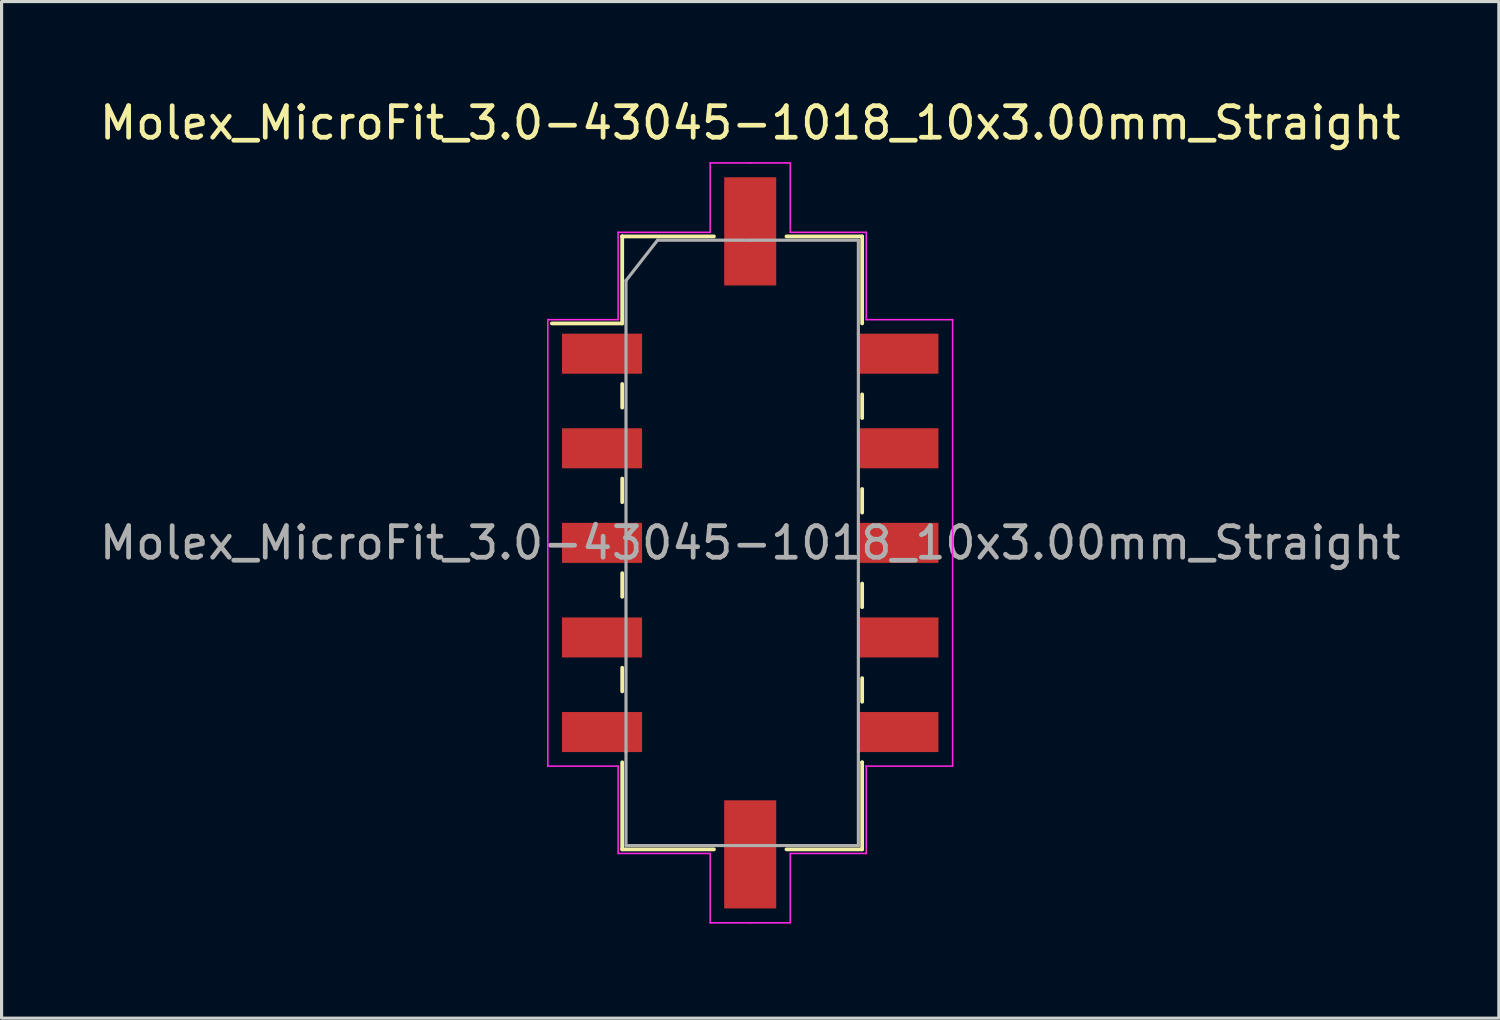
<source format=kicad_pcb>
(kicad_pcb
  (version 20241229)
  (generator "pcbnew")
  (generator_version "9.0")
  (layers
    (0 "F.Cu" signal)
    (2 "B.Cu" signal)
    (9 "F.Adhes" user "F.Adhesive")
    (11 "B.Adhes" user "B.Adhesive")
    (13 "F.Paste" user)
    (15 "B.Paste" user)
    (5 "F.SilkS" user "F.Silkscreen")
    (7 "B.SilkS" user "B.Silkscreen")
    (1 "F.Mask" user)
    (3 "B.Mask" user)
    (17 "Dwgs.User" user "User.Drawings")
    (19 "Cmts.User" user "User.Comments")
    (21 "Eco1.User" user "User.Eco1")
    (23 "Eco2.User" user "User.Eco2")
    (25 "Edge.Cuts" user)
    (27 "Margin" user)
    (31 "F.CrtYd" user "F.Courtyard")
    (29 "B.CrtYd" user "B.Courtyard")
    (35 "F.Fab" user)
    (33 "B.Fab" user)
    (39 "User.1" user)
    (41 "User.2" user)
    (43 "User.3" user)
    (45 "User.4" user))
  (footprint "Molex_MicroFit_3.0-43045-1018_10x3.00mm_Straight"
    (layer "F.Cu")
    (at 20.744 14.168)
    (property "Reference" "Molex_MicroFit_3.0-43045-1018_10x3.00mm_Straight" (at 0 -13.32 0) (layer "F.SilkS") (effects (font (size 1 1) (thickness 0.15))))
    (attr smd)
    (fp_line (start -6.29 -6.96) (end -4.06 -6.96) (stroke (width 0.12) (type solid)) (layer "F.SilkS"))
    (fp_line (start -4.06 -9.72) (end -4.06 -9.72) (stroke (width 0.12) (type solid)) (layer "F.SilkS"))
    (fp_line (start -4.06 -9.72) (end -1.15 -9.72) (stroke (width 0.12) (type solid)) (layer "F.SilkS"))
    (fp_line (start -4.06 -6.96) (end -4.06 -9.72) (stroke (width 0.12) (type solid)) (layer "F.SilkS"))
    (fp_line (start -4.06 -5.04) (end -4.06 -4.29) (stroke (width 0.12) (type solid)) (layer "F.SilkS"))
    (fp_line (start -4.06 -2.04) (end -4.06 -1.29) (stroke (width 0.12) (type solid)) (layer "F.SilkS"))
    (fp_line (start -4.06 0.96) (end -4.06 1.71) (stroke (width 0.12) (type solid)) (layer "F.SilkS"))
    (fp_line (start -4.06 3.96) (end -4.06 4.71) (stroke (width 0.12) (type solid)) (layer "F.SilkS"))
    (fp_line (start -4.06 9.72) (end -4.06 6.96) (stroke (width 0.12) (type solid)) (layer "F.SilkS"))
    (fp_line (start -1.15 9.72) (end -4.06 9.72) (stroke (width 0.12) (type solid)) (layer "F.SilkS"))
    (fp_line (start 1.15 -9.72) (end 3.55 -9.72) (stroke (width 0.12) (type solid)) (layer "F.SilkS"))
    (fp_line (start 3.55 -9.72) (end 3.55 -6.96) (stroke (width 0.12) (type solid)) (layer "F.SilkS"))
    (fp_line (start 3.55 -3.96) (end 3.55 -4.71) (stroke (width 0.12) (type solid)) (layer "F.SilkS"))
    (fp_line (start 3.55 -0.96) (end 3.55 -1.71) (stroke (width 0.12) (type solid)) (layer "F.SilkS"))
    (fp_line (start 3.55 2.04) (end 3.55 1.29) (stroke (width 0.12) (type solid)) (layer "F.SilkS"))
    (fp_line (start 3.55 5.04) (end 3.55 4.29) (stroke (width 0.12) (type solid)) (layer "F.SilkS"))
    (fp_line (start 3.55 6.96) (end 3.55 6.96) (stroke (width 0.12) (type solid)) (layer "F.SilkS"))
    (fp_line (start 3.55 6.96) (end 3.55 9.72) (stroke (width 0.12) (type solid)) (layer "F.SilkS"))
    (fp_line (start 3.55 9.72) (end 1.15 9.72) (stroke (width 0.12) (type solid)) (layer "F.SilkS"))
    (fp_line (start -6.42 -7.08) (end -4.19 -7.08) (stroke (width 0.05) (type solid)) (layer "F.CrtYd"))
    (fp_line (start -6.42 7.08) (end -6.42 -7.08) (stroke (width 0.05) (type solid)) (layer "F.CrtYd"))
    (fp_line (start -4.19 -9.85) (end -4.19 -9.85) (stroke (width 0.05) (type solid)) (layer "F.CrtYd"))
    (fp_line (start -4.19 -9.85) (end -1.27 -9.85) (stroke (width 0.05) (type solid)) (layer "F.CrtYd"))
    (fp_line (start -4.19 -7.08) (end -4.19 -9.85) (stroke (width 0.05) (type solid)) (layer "F.CrtYd"))
    (fp_line (start -4.19 7.08) (end -6.42 7.08) (stroke (width 0.05) (type solid)) (layer "F.CrtYd"))
    (fp_line (start -4.19 9.85) (end -4.19 7.08) (stroke (width 0.05) (type solid)) (layer "F.CrtYd"))
    (fp_line (start -1.27 -12.05) (end 0 -12.05) (stroke (width 0.05) (type solid)) (layer "F.CrtYd"))
    (fp_line (start -1.27 -9.85) (end -1.27 -12.05) (stroke (width 0.05) (type solid)) (layer "F.CrtYd"))
    (fp_line (start -1.27 9.85) (end -4.19 9.85) (stroke (width 0.05) (type solid)) (layer "F.CrtYd"))
    (fp_line (start -1.27 12.05) (end -1.27 9.85) (stroke (width 0.05) (type solid)) (layer "F.CrtYd"))
    (fp_line (start 0 -12.05) (end 1.27 -12.05) (stroke (width 0.05) (type solid)) (layer "F.CrtYd"))
    (fp_line (start 0 12.05) (end -1.27 12.05) (stroke (width 0.05) (type solid)) (layer "F.CrtYd"))
    (fp_line (start 1.27 -12.05) (end 1.27 -9.85) (stroke (width 0.05) (type solid)) (layer "F.CrtYd"))
    (fp_line (start 1.27 -9.85) (end 3.68 -9.85) (stroke (width 0.05) (type solid)) (layer "F.CrtYd"))
    (fp_line (start 1.27 9.85) (end 1.27 12.05) (stroke (width 0.05) (type solid)) (layer "F.CrtYd"))
    (fp_line (start 1.27 12.05) (end 0 12.05) (stroke (width 0.05) (type solid)) (layer "F.CrtYd"))
    (fp_line (start 3.68 -9.85) (end 3.68 -7.08) (stroke (width 0.05) (type solid)) (layer "F.CrtYd"))
    (fp_line (start 3.68 -7.08) (end 6.42 -7.08) (stroke (width 0.05) (type solid)) (layer "F.CrtYd"))
    (fp_line (start 3.68 7.08) (end 3.68 7.08) (stroke (width 0.05) (type solid)) (layer "F.CrtYd"))
    (fp_line (start 3.68 7.08) (end 3.68 9.85) (stroke (width 0.05) (type solid)) (layer "F.CrtYd"))
    (fp_line (start 3.68 9.85) (end 1.27 9.85) (stroke (width 0.05) (type solid)) (layer "F.CrtYd"))
    (fp_line (start 6.42 -7.08) (end 6.42 7.08) (stroke (width 0.05) (type solid)) (layer "F.CrtYd"))
    (fp_line (start 6.42 7.08) (end 3.68 7.08) (stroke (width 0.05) (type solid)) (layer "F.CrtYd"))
    (fp_line (start -3.94 -8.32) (end -2.94 -9.6) (stroke (width 0.1) (type solid)) (layer "F.Fab"))
    (fp_line (start -3.94 6.63) (end -3.94 -8.32) (stroke (width 0.1) (type solid)) (layer "F.Fab"))
    (fp_line (start -3.94 9.6) (end -3.94 6.63) (stroke (width 0.1) (type solid)) (layer "F.Fab"))
    (fp_line (start -2.94 -9.6) (end 0 -9.6) (stroke (width 0.1) (type solid)) (layer "F.Fab"))
    (fp_line (start -0.82 9.6) (end -3.94 9.6) (stroke (width 0.1) (type solid)) (layer "F.Fab"))
    (fp_line (start 0 -9.6) (end 3.43 -9.6) (stroke (width 0.1) (type solid)) (layer "F.Fab"))
    (fp_line (start 3.43 -9.6) (end 3.43 -6.63) (stroke (width 0.1) (type solid)) (layer "F.Fab"))
    (fp_line (start 3.43 -6.63) (end 3.43 6.63) (stroke (width 0.1) (type solid)) (layer "F.Fab"))
    (fp_line (start 3.43 6.63) (end 3.43 9.6) (stroke (width 0.1) (type solid)) (layer "F.Fab"))
    (fp_line (start 3.43 9.6) (end -0.82 9.6) (stroke (width 0.1) (type solid)) (layer "F.Fab"))
    (fp_text user "${REFERENCE}" (at 0 0 0) (layer "F.Fab") (effects (font (size 1 1) (thickness 0.15))))
    (pad "" smd rect (at 0 -9.88) (size 1.65 3.43) (layers "F.Cu" "F.Mask" "F.Paste"))
    (pad "" smd rect (at 0 9.88) (size 1.65 3.43) (layers "F.Cu" "F.Mask" "F.Paste"))
    (pad "1" smd rect (at -4.7 -6) (size 2.54 1.27) (layers "F.Cu" "F.Mask" "F.Paste"))
    (pad "2" smd rect (at -4.7 -3) (size 2.54 1.27) (layers "F.Cu" "F.Mask" "F.Paste"))
    (pad "3" smd rect (at -4.7 0) (size 2.54 1.27) (layers "F.Cu" "F.Mask" "F.Paste"))
    (pad "4" smd rect (at -4.7 3) (size 2.54 1.27) (layers "F.Cu" "F.Mask" "F.Paste"))
    (pad "5" smd rect (at -4.7 6) (size 2.54 1.27) (layers "F.Cu" "F.Mask" "F.Paste"))
    (pad "6" smd rect (at 4.7 6) (size 2.54 1.27) (layers "F.Cu" "F.Mask" "F.Paste"))
    (pad "7" smd rect (at 4.7 3) (size 2.54 1.27) (layers "F.Cu" "F.Mask" "F.Paste"))
    (pad "8" smd rect (at 4.7 0) (size 2.54 1.27) (layers "F.Cu" "F.Mask" "F.Paste"))
    (pad "9" smd rect (at 4.7 -3) (size 2.54 1.27) (layers "F.Cu" "F.Mask" "F.Paste"))
    (pad "10" smd rect (at 4.7 -6) (size 2.54 1.27) (layers "F.Cu" "F.Mask" "F.Paste")))
  (gr_rect
    (start -3 -3)
    (end 44.488 29.243)
    (stroke (width 0.1) (type default))
    (fill no)
    (layer "Edge.Cuts")))
</source>
